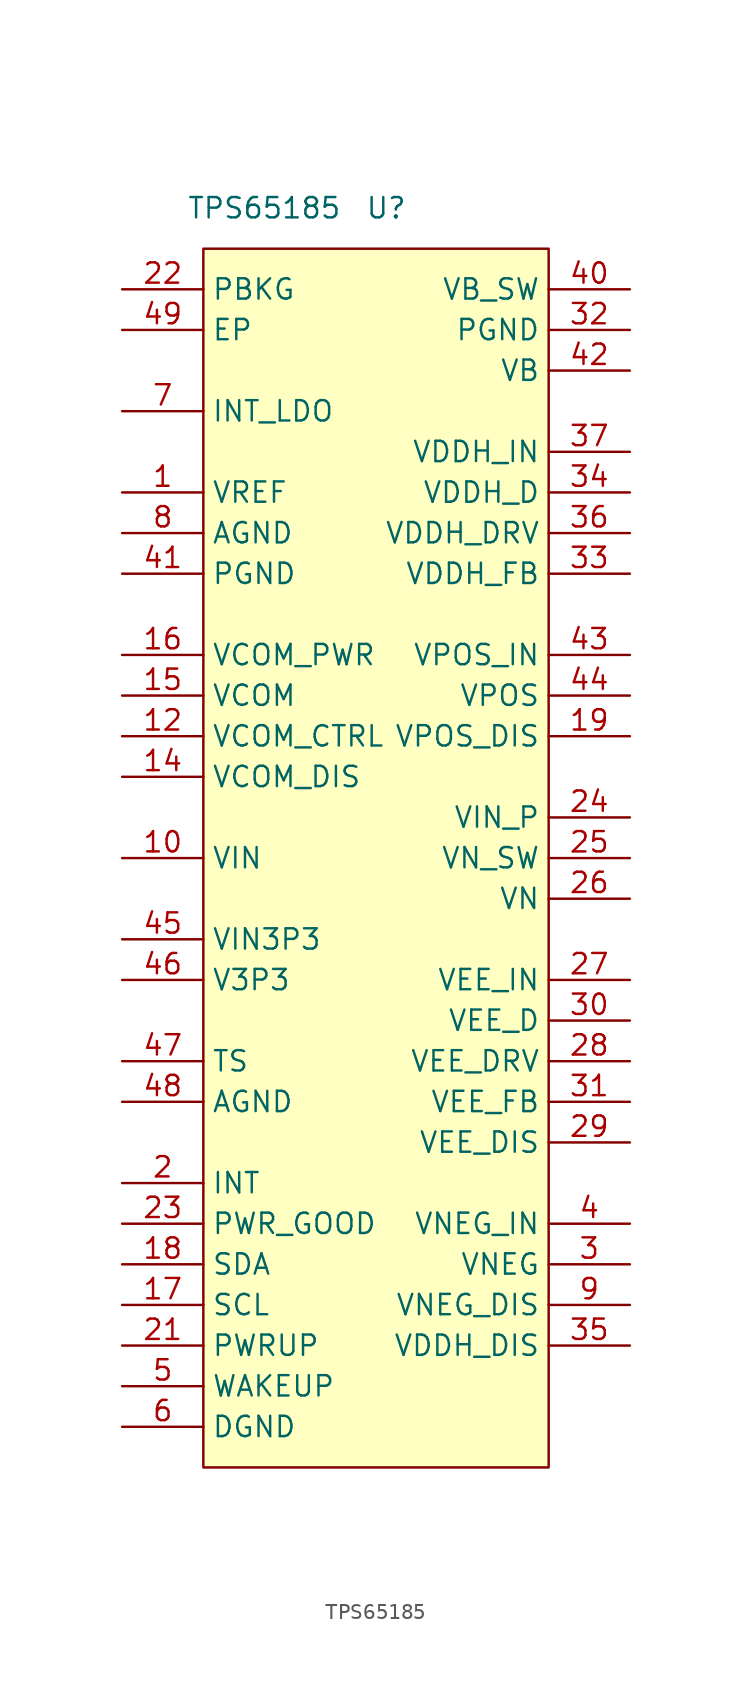
<source format=kicad_sym>
(kicad_symbol_lib
  (version 20201005)
  (generator kicad_symbol_editor)
  (symbol "texas-instruments:TPS65185"
    (property "Reference" "U"
      (at -1.27 20.32 0)
      (effects (font (size 1.27 1.27))))
    (property "Value" "TPS65185"
      (at -8.89 20.32 0)
      (effects (font (size 1.27 1.27))))
    (symbol "TPS65185_0_0"
      (pin passive line (at 13.97 -50.8 180) (length 5.08) (name "VDDH_DIS" (effects (font (size 1.27 1.27)))) (number "35" (effects (font (size 1.27 1.27)))))
      (pin passive line (at -17.78 -2.54 0) (length 5.08) (name "PGND" (effects (font (size 1.27 1.27)))) (number "41" (effects (font (size 1.27 1.27))))))
    (symbol "TPS65185_0_1"
      (rectangle (start -12.7 17.78) (end 8.89 -58.42) (stroke (width 0.152)) (fill (type background))))
    (symbol "TPS65185_1_1"
      (pin passive line (at -17.78 2.54 0) (length 5.08) (name "VREF" (effects (font (size 1.27 1.27)))) (number "1" (effects (font (size 1.27 1.27)))))
      (pin passive line (at -17.78 -20.32 0) (length 5.08) (name "VIN" (effects (font (size 1.27 1.27)))) (number "10" (effects (font (size 1.27 1.27)))))
      (pin passive line (at -17.78 -12.7 0) (length 5.08) (name "VCOM_CTRL" (effects (font (size 1.27 1.27)))) (number "12" (effects (font (size 1.27 1.27)))))
      (pin passive line (at -17.78 -15.24 0) (length 5.08) (name "VCOM_DIS" (effects (font (size 1.27 1.27)))) (number "14" (effects (font (size 1.27 1.27)))))
      (pin passive line (at -17.78 -10.16 0) (length 5.08) (name "VCOM" (effects (font (size 1.27 1.27)))) (number "15" (effects (font (size 1.27 1.27)))))
      (pin passive line (at -17.78 -7.62 0) (length 5.08) (name "VCOM_PWR" (effects (font (size 1.27 1.27)))) (number "16" (effects (font (size 1.27 1.27)))))
      (pin passive line (at -17.78 -48.26 0) (length 5.08) (name "SCL" (effects (font (size 1.27 1.27)))) (number "17" (effects (font (size 1.27 1.27)))))
      (pin passive line (at -17.78 -45.72 0) (length 5.08) (name "SDA" (effects (font (size 1.27 1.27)))) (number "18" (effects (font (size 1.27 1.27)))))
      (pin passive line (at 13.97 -12.7 180) (length 5.08) (name "VPOS_DIS" (effects (font (size 1.27 1.27)))) (number "19" (effects (font (size 1.27 1.27)))))
      (pin passive line (at -17.78 -40.64 0) (length 5.08) (name "INT" (effects (font (size 1.27 1.27)))) (number "2" (effects (font (size 1.27 1.27)))))
      (pin passive line (at -17.78 -50.8 0) (length 5.08) (name "PWRUP" (effects (font (size 1.27 1.27)))) (number "21" (effects (font (size 1.27 1.27)))))
      (pin passive line (at -17.78 15.24 0) (length 5.08) (name "PBKG" (effects (font (size 1.27 1.27)))) (number "22" (effects (font (size 1.27 1.27)))))
      (pin passive line (at -17.78 -43.18 0) (length 5.08) (name "PWR_GOOD" (effects (font (size 1.27 1.27)))) (number "23" (effects (font (size 1.27 1.27)))))
      (pin passive line (at 13.97 -17.78 180) (length 5.08) (name "VIN_P" (effects (font (size 1.27 1.27)))) (number "24" (effects (font (size 1.27 1.27)))))
      (pin passive line (at 13.97 -20.32 180) (length 5.08) (name "VN_SW" (effects (font (size 1.27 1.27)))) (number "25" (effects (font (size 1.27 1.27)))))
      (pin passive line (at 13.97 -22.86 180) (length 5.08) (name "VN" (effects (font (size 1.27 1.27)))) (number "26" (effects (font (size 1.27 1.27)))))
      (pin passive line (at 13.97 -27.94 180) (length 5.08) (name "VEE_IN" (effects (font (size 1.27 1.27)))) (number "27" (effects (font (size 1.27 1.27)))))
      (pin passive line (at 13.97 -33.02 180) (length 5.08) (name "VEE_DRV" (effects (font (size 1.27 1.27)))) (number "28" (effects (font (size 1.27 1.27)))))
      (pin passive line (at 13.97 -38.1 180) (length 5.08) (name "VEE_DIS" (effects (font (size 1.27 1.27)))) (number "29" (effects (font (size 1.27 1.27)))))
      (pin passive line (at 13.97 -45.72 180) (length 5.08) (name "VNEG" (effects (font (size 1.27 1.27)))) (number "3" (effects (font (size 1.27 1.27)))))
      (pin passive line (at 13.97 -30.48 180) (length 5.08) (name "VEE_D" (effects (font (size 1.27 1.27)))) (number "30" (effects (font (size 1.27 1.27)))))
      (pin passive line (at 13.97 -35.56 180) (length 5.08) (name "VEE_FB" (effects (font (size 1.27 1.27)))) (number "31" (effects (font (size 1.27 1.27)))))
      (pin passive line (at 13.97 12.7 180) (length 5.08) (name "PGND" (effects (font (size 1.27 1.27)))) (number "32" (effects (font (size 1.27 1.27)))))
      (pin passive line (at 13.97 -2.54 180) (length 5.08) (name "VDDH_FB" (effects (font (size 1.27 1.27)))) (number "33" (effects (font (size 1.27 1.27)))))
      (pin passive line (at 13.97 2.54 180) (length 5.08) (name "VDDH_D" (effects (font (size 1.27 1.27)))) (number "34" (effects (font (size 1.27 1.27)))))
      (pin passive line (at 13.97 0 180) (length 5.08) (name "VDDH_DRV" (effects (font (size 1.27 1.27)))) (number "36" (effects (font (size 1.27 1.27)))))
      (pin passive line (at 13.97 5.08 180) (length 5.08) (name "VDDH_IN" (effects (font (size 1.27 1.27)))) (number "37" (effects (font (size 1.27 1.27)))))
      (pin passive line (at 13.97 -43.18 180) (length 5.08) (name "VNEG_IN" (effects (font (size 1.27 1.27)))) (number "4" (effects (font (size 1.27 1.27)))))
      (pin passive line (at 13.97 15.24 180) (length 5.08) (name "VB_SW" (effects (font (size 1.27 1.27)))) (number "40" (effects (font (size 1.27 1.27)))))
      (pin passive line (at 13.97 10.16 180) (length 5.08) (name "VB" (effects (font (size 1.27 1.27)))) (number "42" (effects (font (size 1.27 1.27)))))
      (pin passive line (at 13.97 -7.62 180) (length 5.08) (name "VPOS_IN" (effects (font (size 1.27 1.27)))) (number "43" (effects (font (size 1.27 1.27)))))
      (pin passive line (at 13.97 -10.16 180) (length 5.08) (name "VPOS" (effects (font (size 1.27 1.27)))) (number "44" (effects (font (size 1.27 1.27)))))
      (pin passive line (at -17.78 -25.4 0) (length 5.08) (name "VIN3P3" (effects (font (size 1.27 1.27)))) (number "45" (effects (font (size 1.27 1.27)))))
      (pin passive line (at -17.78 -27.94 0) (length 5.08) (name "V3P3" (effects (font (size 1.27 1.27)))) (number "46" (effects (font (size 1.27 1.27)))))
      (pin passive line (at -17.78 -33.02 0) (length 5.08) (name "TS" (effects (font (size 1.27 1.27)))) (number "47" (effects (font (size 1.27 1.27)))))
      (pin passive line (at -17.78 -35.56 0) (length 5.08) (name "AGND" (effects (font (size 1.27 1.27)))) (number "48" (effects (font (size 1.27 1.27)))))
      (pin passive line (at -17.78 12.7 0) (length 5.08) (name "EP" (effects (font (size 1.27 1.27)))) (number "49" (effects (font (size 1.27 1.27)))))
      (pin passive line (at -17.78 -53.34 0) (length 5.08) (name "WAKEUP" (effects (font (size 1.27 1.27)))) (number "5" (effects (font (size 1.27 1.27)))))
      (pin passive line (at -17.78 -55.88 0) (length 5.08) (name "DGND" (effects (font (size 1.27 1.27)))) (number "6" (effects (font (size 1.27 1.27)))))
      (pin passive line (at -17.78 7.62 0) (length 5.08) (name "INT_LDO" (effects (font (size 1.27 1.27)))) (number "7" (effects (font (size 1.27 1.27)))))
      (pin passive line (at -17.78 0 0) (length 5.08) (name "AGND" (effects (font (size 1.27 1.27)))) (number "8" (effects (font (size 1.27 1.27)))))
      (pin passive line (at 13.97 -48.26 180) (length 5.08) (name "VNEG_DIS" (effects (font (size 1.27 1.27)))) (number "9" (effects (font (size 1.27 1.27))))))))
</source>
